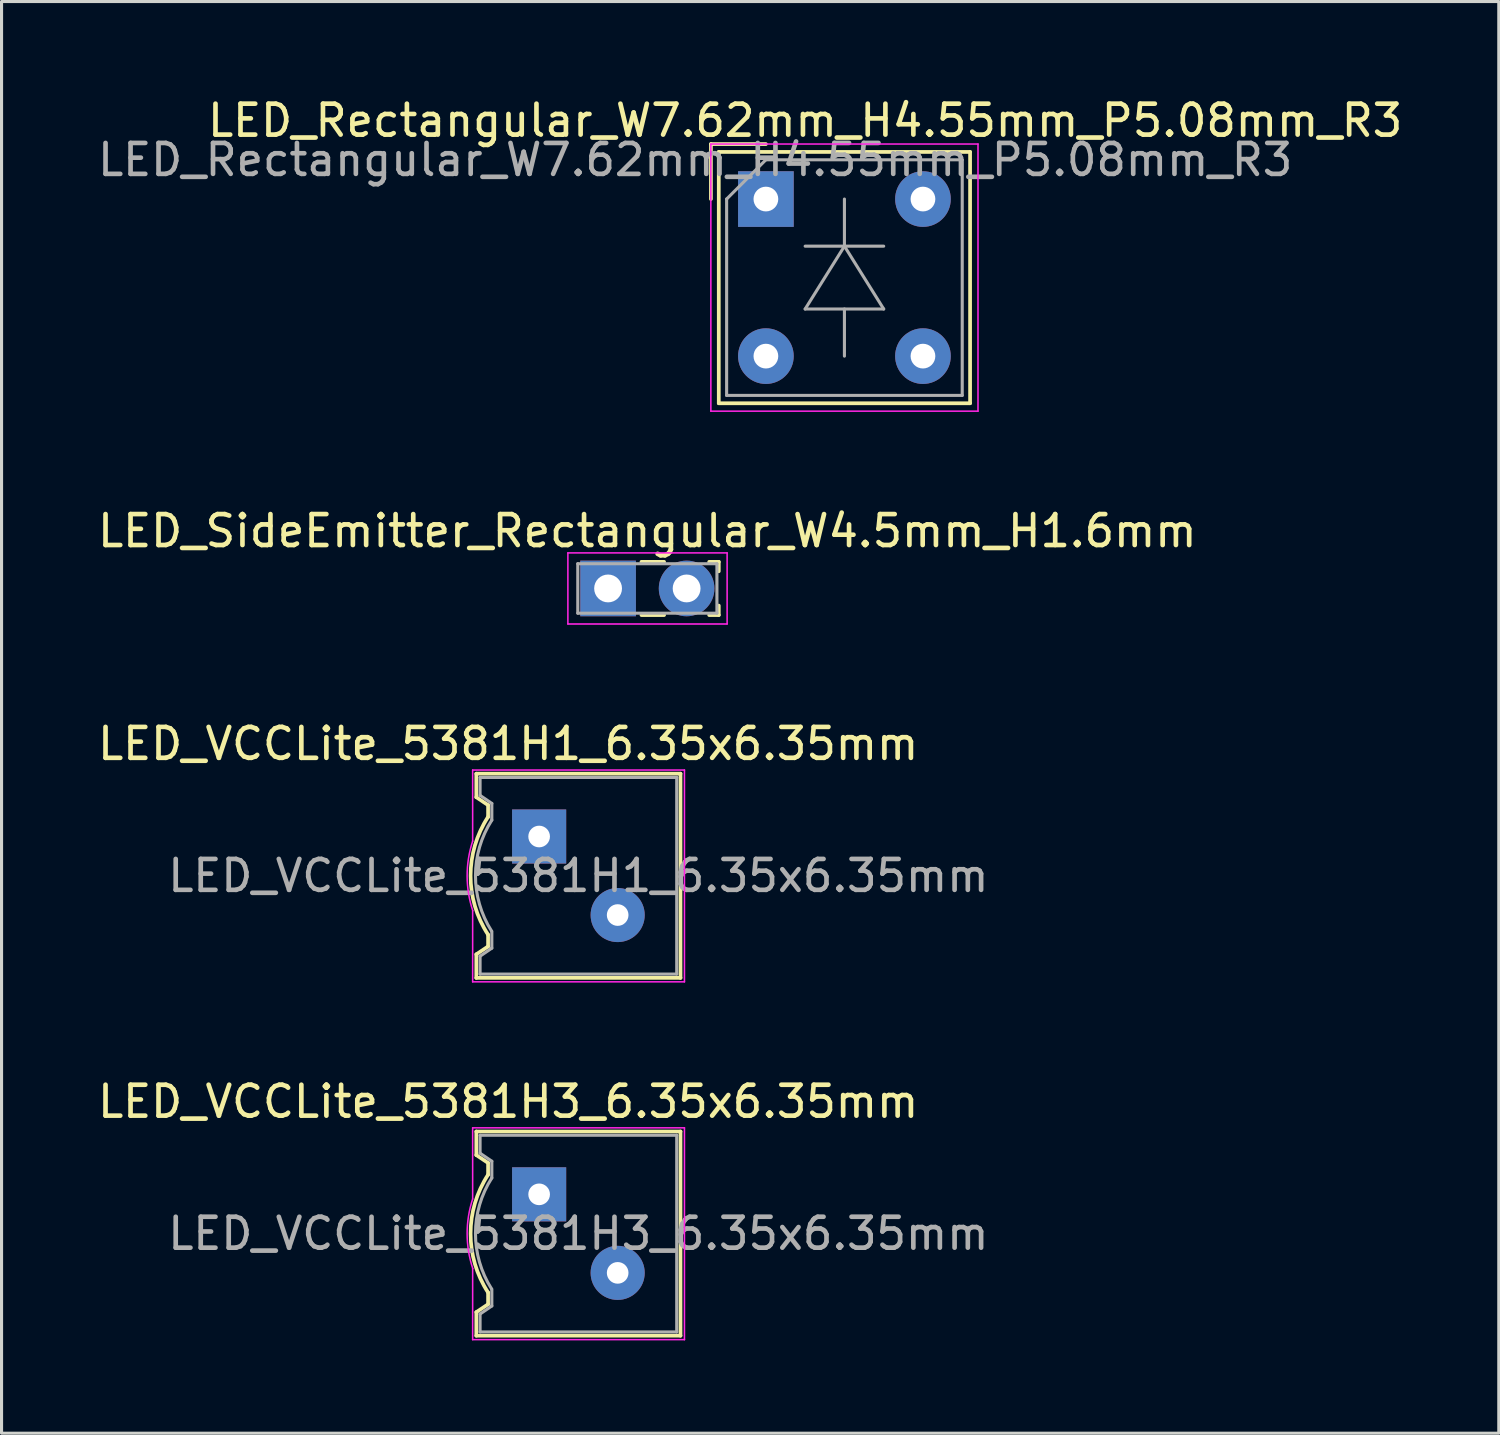
<source format=kicad_pcb>
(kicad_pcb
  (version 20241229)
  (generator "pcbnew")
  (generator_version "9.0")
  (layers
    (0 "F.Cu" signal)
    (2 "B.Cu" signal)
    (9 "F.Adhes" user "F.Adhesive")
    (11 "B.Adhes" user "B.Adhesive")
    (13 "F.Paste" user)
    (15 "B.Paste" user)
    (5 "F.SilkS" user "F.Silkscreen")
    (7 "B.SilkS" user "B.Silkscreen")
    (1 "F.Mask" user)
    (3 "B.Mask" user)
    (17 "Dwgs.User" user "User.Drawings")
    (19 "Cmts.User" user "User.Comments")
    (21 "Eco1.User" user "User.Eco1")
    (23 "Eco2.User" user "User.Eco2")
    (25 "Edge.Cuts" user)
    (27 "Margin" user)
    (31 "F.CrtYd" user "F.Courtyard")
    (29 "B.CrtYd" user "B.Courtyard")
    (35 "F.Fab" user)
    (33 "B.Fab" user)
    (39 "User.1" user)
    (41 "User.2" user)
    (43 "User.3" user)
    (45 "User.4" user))
  (footprint "LED_SideEmitter_Rectangular_W4.5mm_H1.6mm"
    (layer "F.Cu")
    (at 16.617 15.982)
    (property "Reference" "LED_SideEmitter_Rectangular_W4.5mm_H1.6mm" (at 1.27 -1.86 0) (layer "F.SilkS") (effects (font (size 1 1) (thickness 0.15))))
    (attr through_hole)
    (fp_line (start 1.08 -0.861) (end 1.811 -0.861) (stroke (width 0.12) (type solid)) (layer "F.SilkS"))
    (fp_line (start 1.08 0.861) (end 1.811 0.861) (stroke (width 0.12) (type solid)) (layer "F.SilkS"))
    (fp_line (start 3.27 -0.861) (end 3.58 -0.861) (stroke (width 0.12) (type solid)) (layer "F.SilkS"))
    (fp_line (start 3.27 0.861) (end 3.58 0.861) (stroke (width 0.12) (type solid)) (layer "F.SilkS"))
    (fp_line (start 3.58 -0.861) (end 3.58 -0.555) (stroke (width 0.12) (type solid)) (layer "F.SilkS"))
    (fp_line (start 3.58 0.555) (end 3.58 0.861) (stroke (width 0.12) (type solid)) (layer "F.SilkS"))
    (fp_line (start -1.3 -1.15) (end -1.3 1.15) (stroke (width 0.05) (type solid)) (layer "F.CrtYd"))
    (fp_line (start -1.3 1.15) (end 3.85 1.15) (stroke (width 0.05) (type solid)) (layer "F.CrtYd"))
    (fp_line (start 3.85 -1.15) (end -1.3 -1.15) (stroke (width 0.05) (type solid)) (layer "F.CrtYd"))
    (fp_line (start 3.85 1.15) (end 3.85 -1.15) (stroke (width 0.05) (type solid)) (layer "F.CrtYd"))
    (fp_line (start -0.98 -0.8) (end -0.98 0.8) (stroke (width 0.1) (type solid)) (layer "F.Fab"))
    (fp_line (start -0.98 0.8) (end 3.52 0.8) (stroke (width 0.1) (type solid)) (layer "F.Fab"))
    (fp_line (start 3.52 -0.8) (end -0.98 -0.8) (stroke (width 0.1) (type solid)) (layer "F.Fab"))
    (fp_line (start 3.52 0.8) (end 3.52 -0.8) (stroke (width 0.1) (type solid)) (layer "F.Fab"))
    (pad "1" thru_hole rect (at 0 0) (size 1.8 1.8) (drill 0.9) (layers "*.Cu" "*.Mask"))
    (pad "2" thru_hole circle (at 2.54 0) (size 1.8 1.8) (drill 0.9) (layers "*.Cu" "*.Mask")))
  (footprint "LED_Rectangular_W7.62mm_H4.55mm_P5.08mm_R3"
    (layer "F.Cu")
    (at 21.721 3.388)
    (property "Reference" "LED_Rectangular_W7.62mm_H4.55mm_P5.08mm_R3" (at 1.27 -2.54 0) (layer "F.SilkS") (effects (font (size 1 1) (thickness 0.15))))
    (attr through_hole)
    (fp_line (start -1.778 -1.778) (end -1.778 0) (stroke (width 0.12) (type solid)) (layer "F.SilkS"))
    (fp_line (start -1.524 -1.524) (end -1.524 6.604) (stroke (width 0.12) (type solid)) (layer "F.SilkS"))
    (fp_line (start -1.524 6.604) (end 6.604 6.604) (stroke (width 0.12) (type solid)) (layer "F.SilkS"))
    (fp_line (start 0 -1.778) (end -1.778 -1.778) (stroke (width 0.12) (type solid)) (layer "F.SilkS"))
    (fp_line (start 6.604 -1.524) (end -1.524 -1.524) (stroke (width 0.12) (type solid)) (layer "F.SilkS"))
    (fp_line (start 6.604 6.604) (end 6.604 -1.524) (stroke (width 0.12) (type solid)) (layer "F.SilkS"))
    (fp_line (start -1.78 -1.78) (end 6.86 -1.78) (stroke (width 0.05) (type solid)) (layer "F.CrtYd"))
    (fp_line (start -1.78 6.86) (end -1.78 -1.78) (stroke (width 0.05) (type solid)) (layer "F.CrtYd"))
    (fp_line (start 6.86 -1.78) (end 6.86 6.86) (stroke (width 0.05) (type solid)) (layer "F.CrtYd"))
    (fp_line (start 6.86 6.86) (end -1.78 6.86) (stroke (width 0.05) (type solid)) (layer "F.CrtYd"))
    (fp_line (start -1.27 0) (end -1.27 6.35) (stroke (width 0.1) (type solid)) (layer "F.Fab"))
    (fp_line (start -1.27 6.35) (end 6.35 6.35) (stroke (width 0.1) (type solid)) (layer "F.Fab"))
    (fp_line (start 0 -1.27) (end -1.27 0) (stroke (width 0.1) (type solid)) (layer "F.Fab"))
    (fp_line (start 1.27 1.524) (end 3.81 1.524) (stroke (width 0.1) (type solid)) (layer "F.Fab"))
    (fp_line (start 1.27 3.556) (end 2.54 1.524) (stroke (width 0.1) (type solid)) (layer "F.Fab"))
    (fp_line (start 2.54 0) (end 2.54 1.524) (stroke (width 0.1) (type solid)) (layer "F.Fab"))
    (fp_line (start 2.54 1.524) (end 3.81 3.556) (stroke (width 0.1) (type solid)) (layer "F.Fab"))
    (fp_line (start 2.54 3.556) (end 2.54 5.08) (stroke (width 0.1) (type solid)) (layer "F.Fab"))
    (fp_line (start 3.81 3.556) (end 1.27 3.556) (stroke (width 0.1) (type solid)) (layer "F.Fab"))
    (fp_line (start 6.35 -1.27) (end 0 -1.27) (stroke (width 0.1) (type solid)) (layer "F.Fab"))
    (fp_line (start 6.35 6.35) (end 6.35 -1.27) (stroke (width 0.1) (type solid)) (layer "F.Fab"))
    (fp_text user "${REFERENCE}" (at -2.286 -1.27 0) (layer "F.Fab") (effects (font (size 1 1) (thickness 0.15))))
    (pad "1" thru_hole rect (at 0 0) (size 1.8 1.8) (drill 0.8) (layers "*.Cu" "*.Mask"))
    (pad "1" thru_hole circle (at 5.08 0) (size 1.8 1.8) (drill 0.8) (layers "*.Cu" "*.Mask"))
    (pad "2" thru_hole circle (at 0 5.08) (size 1.8 1.8) (drill 0.8) (layers "*.Cu" "*.Mask"))
    (pad "2" thru_hole circle (at 5.08 5.08) (size 1.8 1.8) (drill 0.8) (layers "*.Cu" "*.Mask")))
  (footprint "LED_VCCLite_5381H1_6.35x6.35mm"
    (layer "F.Cu")
    (at 14.387 24.005)
    (property "Reference" "LED_VCCLite_5381H1_6.35x6.35mm" (at -1 -3 0) (layer "F.SilkS") (effects (font (size 1 1) (thickness 0.15))))
    (attr through_hole)
    (fp_line (start -2.032 -2.032) (end -2.032 -1.27) (stroke (width 0.12) (type solid)) (layer "F.SilkS"))
    (fp_line (start -2.032 -1.27) (end -1.651 -1.016) (stroke (width 0.12) (type solid)) (layer "F.SilkS"))
    (fp_line (start -2.032 4.572) (end -2.032 3.81) (stroke (width 0.12) (type solid)) (layer "F.SilkS"))
    (fp_line (start -1.651 -1.016) (end -1.651 -0.635) (stroke (width 0.12) (type solid)) (layer "F.SilkS"))
    (fp_line (start -1.651 3.556) (end -2.032 3.81) (stroke (width 0.12) (type solid)) (layer "F.SilkS"))
    (fp_line (start -1.651 3.556) (end -1.651 3.175) (stroke (width 0.12) (type solid)) (layer "F.SilkS"))
    (fp_line (start 4.572 -2.032) (end -2.032 -2.032) (stroke (width 0.12) (type solid)) (layer "F.SilkS"))
    (fp_line (start 4.572 4.572) (end -2.032 4.572) (stroke (width 0.12) (type solid)) (layer "F.SilkS"))
    (fp_line (start 4.572 4.572) (end 4.572 -2.032) (stroke (width 0.12) (type solid)) (layer "F.SilkS"))
    (fp_arc (start -1.651753 3.173843) (mid -2.2173 1.26931) (end -1.650999 -0.634999) (stroke (width 0.12) (type solid)) (layer "F.SilkS"))
    (fp_line (start -2.15 -2.15) (end -2.15 0.15) (stroke (width 0.05) (type solid)) (layer "F.CrtYd"))
    (fp_line (start -2.15 -2.15) (end 4.7 -2.15) (stroke (width 0.05) (type solid)) (layer "F.CrtYd"))
    (fp_line (start -2.15 4.7) (end -2.15 2.4) (stroke (width 0.05) (type solid)) (layer "F.CrtYd"))
    (fp_line (start 4.7 -2.15) (end 4.7 4.7) (stroke (width 0.05) (type solid)) (layer "F.CrtYd"))
    (fp_line (start 4.7 4.7) (end -2.15 4.7) (stroke (width 0.05) (type solid)) (layer "F.CrtYd"))
    (fp_arc (start -2.147033 2.39902) (mid -2.328719 1.274748) (end -2.15 0.15) (stroke (width 0.05) (type solid)) (layer "F.CrtYd"))
    (fp_line (start -1.91 -1.91) (end -1.91 -1.33) (stroke (width 0.1) (type solid)) (layer "F.Fab"))
    (fp_line (start -1.91 -1.91) (end 4.45 -1.91) (stroke (width 0.1) (type solid)) (layer "F.Fab"))
    (fp_line (start -1.91 -1.33) (end -1.53 -1.07) (stroke (width 0.1) (type solid)) (layer "F.Fab"))
    (fp_line (start -1.91 3.87) (end -1.53 3.61) (stroke (width 0.1) (type solid)) (layer "F.Fab"))
    (fp_line (start -1.91 4.45) (end -1.91 3.87) (stroke (width 0.1) (type solid)) (layer "F.Fab"))
    (fp_line (start -1.53 -1.07) (end -1.53 -0.53) (stroke (width 0.1) (type solid)) (layer "F.Fab"))
    (fp_line (start -1.53 3.61) (end -1.53 3.07) (stroke (width 0.1) (type solid)) (layer "F.Fab"))
    (fp_line (start 4.45 -1.91) (end 4.45 4.45) (stroke (width 0.1) (type solid)) (layer "F.Fab"))
    (fp_line (start 4.45 4.45) (end -1.91 4.45) (stroke (width 0.1) (type solid)) (layer "F.Fab"))
    (fp_arc (start -1.538265 3.057078) (mid -2.058655 1.26233) (end -1.53 -0.53) (stroke (width 0.1) (type solid)) (layer "F.Fab"))
    (fp_text user "${REFERENCE}" (at 1.27 1.27 0) (layer "F.Fab") (effects (font (size 1 1) (thickness 0.15))))
    (pad "1" thru_hole rect (at 0 0 270) (size 1.75 1.75) (drill 0.7) (layers "*.Cu" "*.Mask"))
    (pad "2" thru_hole circle (at 2.54 2.54 270) (size 1.75 1.75) (drill 0.7) (layers "*.Cu" "*.Mask")))
  (footprint "LED_VCCLite_5381H3_6.35x6.35mm"
    (layer "F.Cu")
    (at 14.387 35.578)
    (property "Reference" "LED_VCCLite_5381H3_6.35x6.35mm" (at -1 -3 0) (layer "F.SilkS") (effects (font (size 1 1) (thickness 0.15))))
    (attr through_hole)
    (fp_line (start -2.032 -2.032) (end -2.032 -1.27) (stroke (width 0.12) (type solid)) (layer "F.SilkS"))
    (fp_line (start -2.032 -1.27) (end -1.651 -1.016) (stroke (width 0.12) (type solid)) (layer "F.SilkS"))
    (fp_line (start -2.032 4.572) (end -2.032 3.81) (stroke (width 0.12) (type solid)) (layer "F.SilkS"))
    (fp_line (start -1.651 -1.016) (end -1.651 -0.635) (stroke (width 0.12) (type solid)) (layer "F.SilkS"))
    (fp_line (start -1.651 3.556) (end -2.032 3.81) (stroke (width 0.12) (type solid)) (layer "F.SilkS"))
    (fp_line (start -1.651 3.556) (end -1.651 3.175) (stroke (width 0.12) (type solid)) (layer "F.SilkS"))
    (fp_line (start 4.572 -2.032) (end -2.032 -2.032) (stroke (width 0.12) (type solid)) (layer "F.SilkS"))
    (fp_line (start 4.572 4.572) (end -2.032 4.572) (stroke (width 0.12) (type solid)) (layer "F.SilkS"))
    (fp_line (start 4.572 4.572) (end 4.572 -2.032) (stroke (width 0.12) (type solid)) (layer "F.SilkS"))
    (fp_arc (start -1.651753 3.173843) (mid -2.2173 1.26931) (end -1.650999 -0.634999) (stroke (width 0.12) (type solid)) (layer "F.SilkS"))
    (fp_line (start -2.15 -2.15) (end -2.15 0.15) (stroke (width 0.05) (type solid)) (layer "F.CrtYd"))
    (fp_line (start -2.15 -2.15) (end 4.7 -2.15) (stroke (width 0.05) (type solid)) (layer "F.CrtYd"))
    (fp_line (start -2.15 4.7) (end -2.15 2.4) (stroke (width 0.05) (type solid)) (layer "F.CrtYd"))
    (fp_line (start 4.7 -2.15) (end 4.7 4.7) (stroke (width 0.05) (type solid)) (layer "F.CrtYd"))
    (fp_line (start 4.7 4.7) (end -2.15 4.7) (stroke (width 0.05) (type solid)) (layer "F.CrtYd"))
    (fp_arc (start -2.147033 2.39902) (mid -2.328719 1.274748) (end -2.15 0.15) (stroke (width 0.05) (type solid)) (layer "F.CrtYd"))
    (fp_line (start -1.91 -1.91) (end -1.91 -1.33) (stroke (width 0.1) (type solid)) (layer "F.Fab"))
    (fp_line (start -1.91 -1.91) (end 4.45 -1.91) (stroke (width 0.1) (type solid)) (layer "F.Fab"))
    (fp_line (start -1.91 -1.33) (end -1.53 -1.07) (stroke (width 0.1) (type solid)) (layer "F.Fab"))
    (fp_line (start -1.91 3.87) (end -1.53 3.61) (stroke (width 0.1) (type solid)) (layer "F.Fab"))
    (fp_line (start -1.91 4.45) (end -1.91 3.87) (stroke (width 0.1) (type solid)) (layer "F.Fab"))
    (fp_line (start -1.53 -1.07) (end -1.53 -0.53) (stroke (width 0.1) (type solid)) (layer "F.Fab"))
    (fp_line (start -1.53 3.61) (end -1.53 3.07) (stroke (width 0.1) (type solid)) (layer "F.Fab"))
    (fp_line (start 4.45 -1.91) (end 4.45 4.45) (stroke (width 0.1) (type solid)) (layer "F.Fab"))
    (fp_line (start 4.45 4.45) (end -1.91 4.45) (stroke (width 0.1) (type solid)) (layer "F.Fab"))
    (fp_arc (start -1.538265 3.057078) (mid -2.058655 1.26233) (end -1.53 -0.53) (stroke (width 0.1) (type solid)) (layer "F.Fab"))
    (fp_text user "${REFERENCE}" (at 1.27 1.27 0) (layer "F.Fab") (effects (font (size 1 1) (thickness 0.15))))
    (pad "1" thru_hole rect (at 0 0 270) (size 1.75 1.75) (drill 0.7) (layers "*.Cu" "*.Mask"))
    (pad "2" thru_hole circle (at 2.54 2.54 270) (size 1.75 1.75) (drill 0.7) (layers "*.Cu" "*.Mask")))
  (gr_rect
    (start -3 -3)
    (end 45.425 43.303)
    (stroke (width 0.1) (type default))
    (fill no)
    (layer "Edge.Cuts")))
</source>
